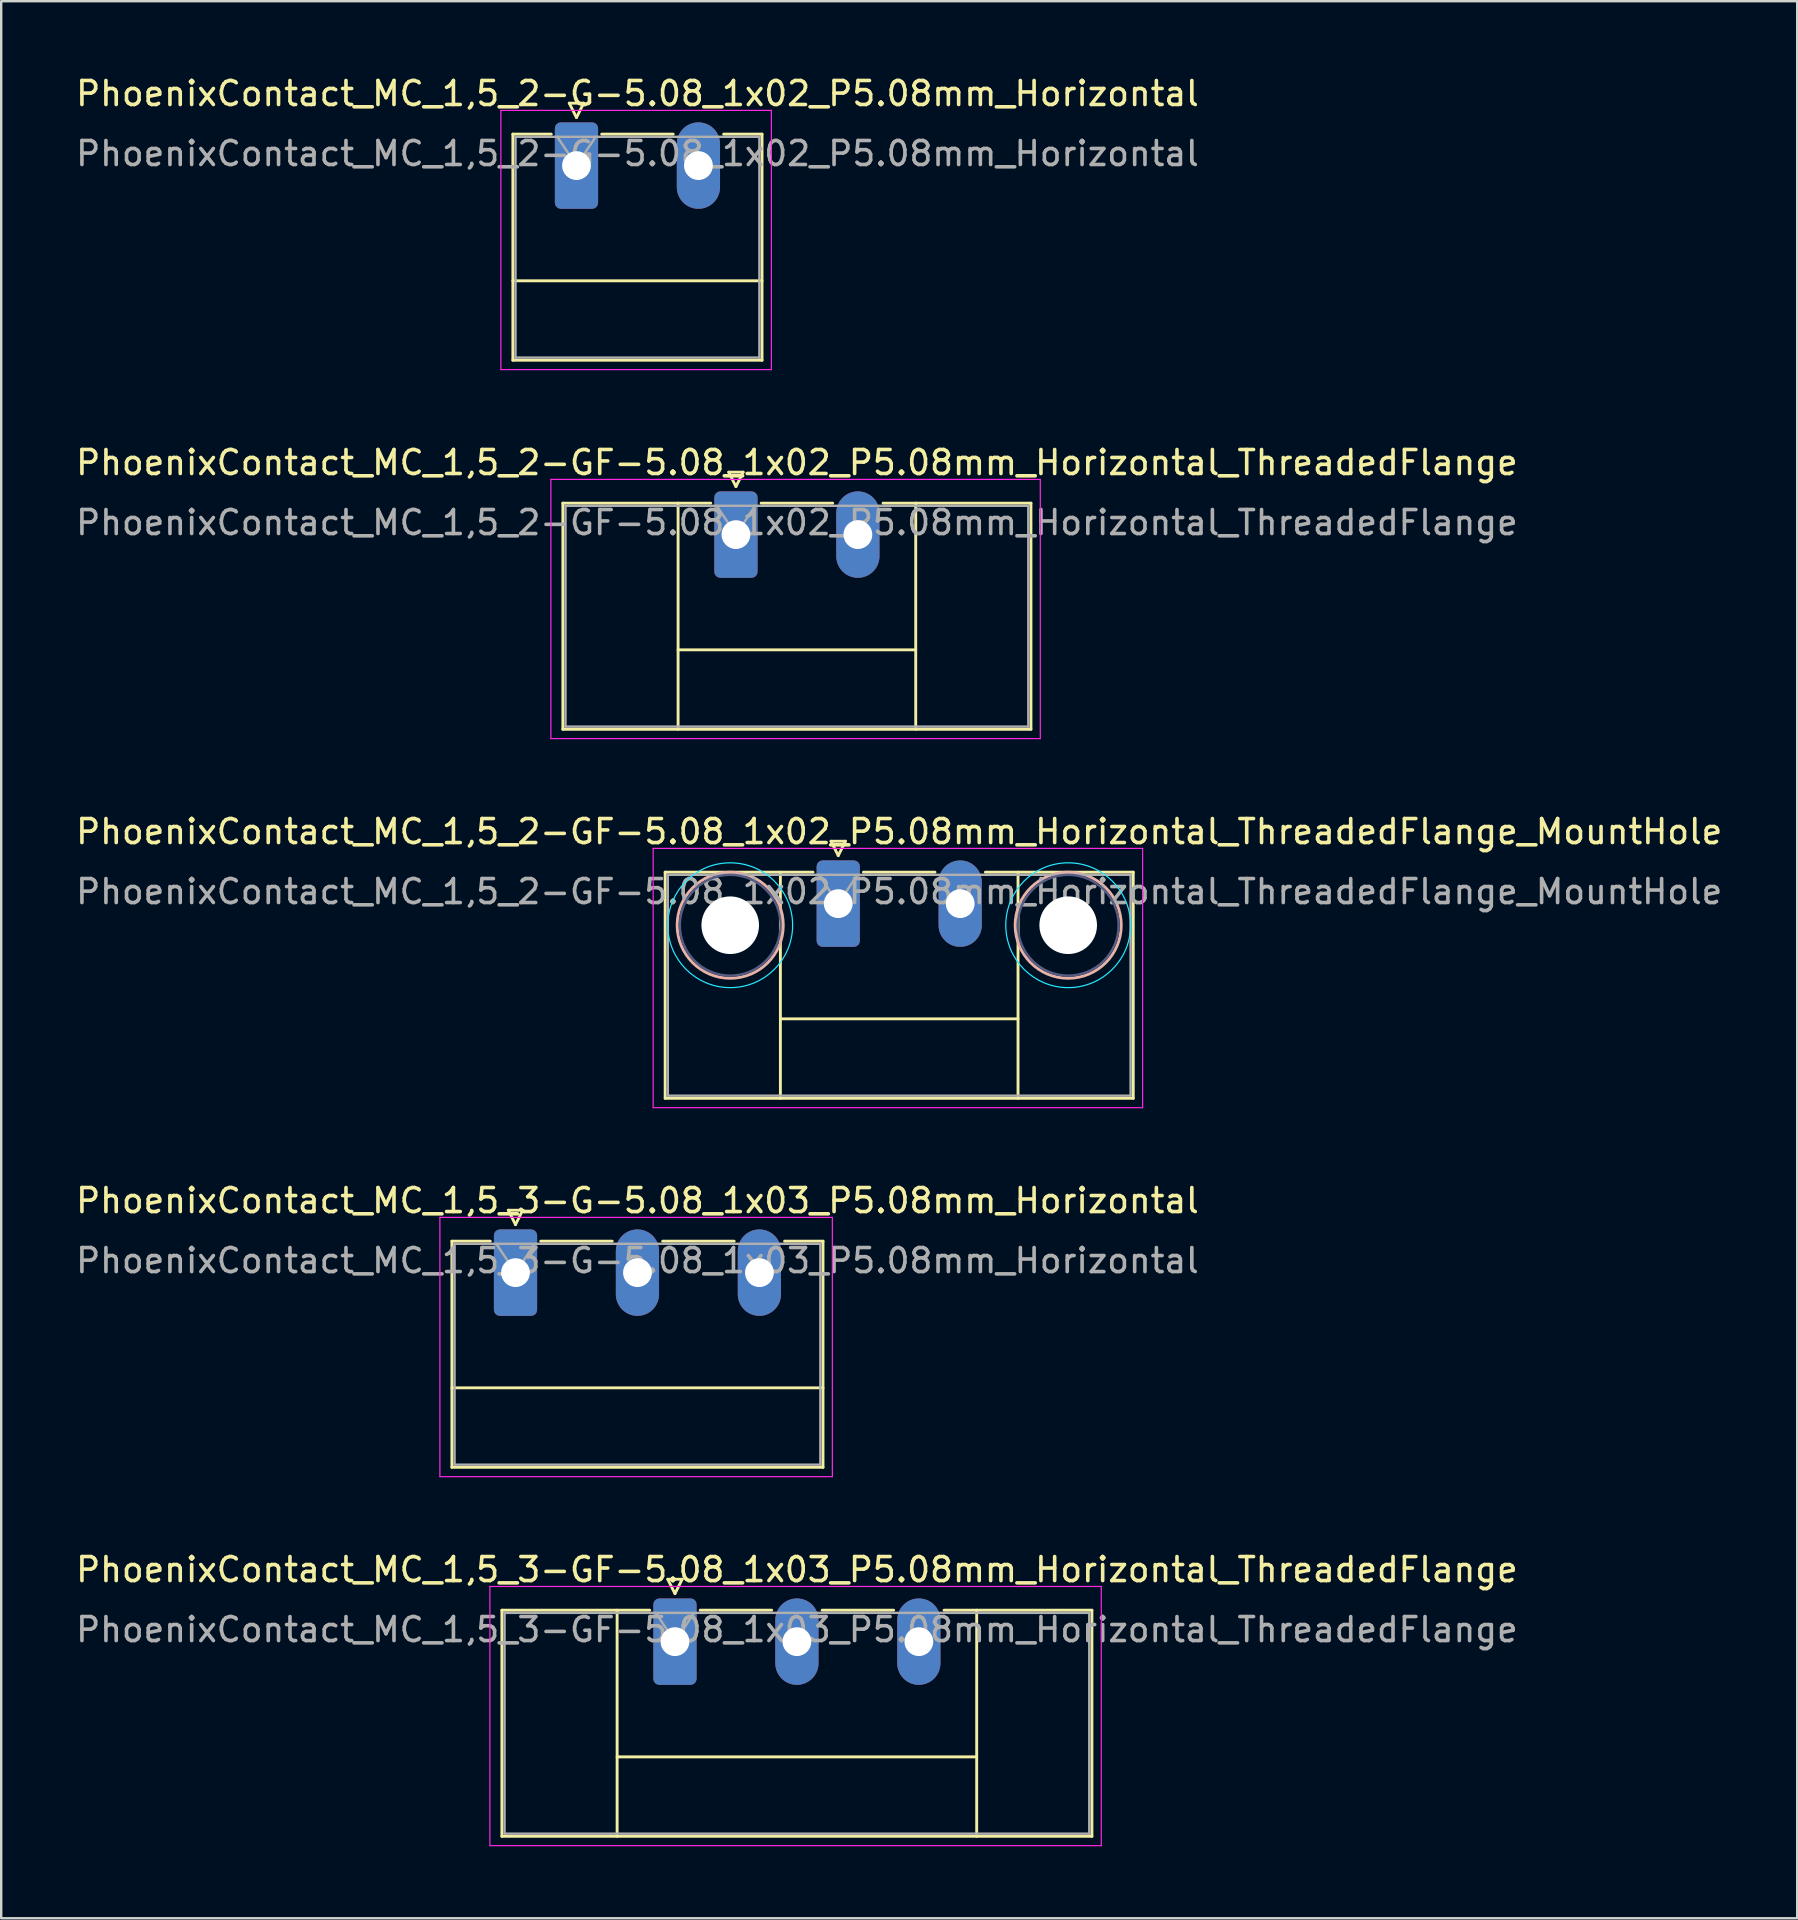
<source format=kicad_pcb>
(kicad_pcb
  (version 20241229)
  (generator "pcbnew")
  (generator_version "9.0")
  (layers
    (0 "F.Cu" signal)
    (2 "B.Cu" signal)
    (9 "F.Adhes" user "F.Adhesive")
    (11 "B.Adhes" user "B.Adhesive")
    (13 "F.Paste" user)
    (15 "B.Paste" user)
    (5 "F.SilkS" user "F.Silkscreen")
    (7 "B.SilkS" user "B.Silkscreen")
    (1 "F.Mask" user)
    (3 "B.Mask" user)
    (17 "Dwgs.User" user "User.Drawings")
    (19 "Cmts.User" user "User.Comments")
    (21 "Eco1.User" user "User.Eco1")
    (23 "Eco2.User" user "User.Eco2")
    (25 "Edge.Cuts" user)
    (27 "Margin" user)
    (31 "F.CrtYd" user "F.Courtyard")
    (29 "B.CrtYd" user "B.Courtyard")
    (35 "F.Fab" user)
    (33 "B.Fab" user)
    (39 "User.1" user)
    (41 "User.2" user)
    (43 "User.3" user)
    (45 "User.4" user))
  (footprint "PhoenixContact_MC_1,5_2-GF-5.08_1x02_P5.08mm_Horizontal_ThreadedFlange_MountHole"
    (layer "F.Cu")
    (at 31.871 34.595)
    (property "Reference" "PhoenixContact_MC_1,5_2-GF-5.08_1x02_P5.08mm_Horizontal_ThreadedFlange_MountHole" (at 2.54 -3 0) (layer "F.SilkS") (effects (font (size 1 1) (thickness 0.15))))
    (attr through_hole)
    (fp_line (start -7.21 -1.31) (end -7.21 8.11) (stroke (width 0.12) (type solid)) (layer "F.SilkS"))
    (fp_line (start -7.21 -1.31) (end -1.05 -1.31) (stroke (width 0.12) (type solid)) (layer "F.SilkS"))
    (fp_line (start -7.21 8.11) (end 12.29 8.11) (stroke (width 0.12) (type solid)) (layer "F.SilkS"))
    (fp_line (start -2.41 -1.31) (end -2.41 8.11) (stroke (width 0.12) (type solid)) (layer "F.SilkS"))
    (fp_line (start -2.41 4.8) (end 7.49 4.8) (stroke (width 0.12) (type solid)) (layer "F.SilkS"))
    (fp_line (start -0.3 -2.6) (end 0.3 -2.6) (stroke (width 0.12) (type solid)) (layer "F.SilkS"))
    (fp_line (start 0 -2) (end -0.3 -2.6) (stroke (width 0.12) (type solid)) (layer "F.SilkS"))
    (fp_line (start 0.3 -2.6) (end 0 -2) (stroke (width 0.12) (type solid)) (layer "F.SilkS"))
    (fp_line (start 1.05 -1.31) (end 4.03 -1.31) (stroke (width 0.12) (type solid)) (layer "F.SilkS"))
    (fp_line (start 7.49 -1.31) (end 7.49 8.11) (stroke (width 0.12) (type solid)) (layer "F.SilkS"))
    (fp_line (start 12.29 -1.31) (end 6.13 -1.31) (stroke (width 0.12) (type solid)) (layer "F.SilkS"))
    (fp_line (start 12.29 8.11) (end 12.29 -1.31) (stroke (width 0.12) (type solid)) (layer "F.SilkS"))
    (fp_circle (center -4.5 0.9) (end -2.29 0.9) (stroke (width 0.12) (type solid)) (fill no) (layer "B.SilkS"))
    (fp_circle (center 9.58 0.9) (end 11.79 0.9) (stroke (width 0.12) (type solid)) (fill no) (layer "B.SilkS"))
    (fp_circle (center -4.5 0.9) (end -1.9 0.9) (stroke (width 0.05) (type solid)) (fill no) (layer "B.CrtYd"))
    (fp_circle (center 9.58 0.9) (end 12.18 0.9) (stroke (width 0.05) (type solid)) (fill no) (layer "B.CrtYd"))
    (fp_line (start -7.71 -2.3) (end -7.71 8.5) (stroke (width 0.05) (type solid)) (layer "F.CrtYd"))
    (fp_line (start -7.71 8.5) (end 12.68 8.5) (stroke (width 0.05) (type solid)) (layer "F.CrtYd"))
    (fp_line (start 12.68 -2.3) (end -7.71 -2.3) (stroke (width 0.05) (type solid)) (layer "F.CrtYd"))
    (fp_line (start 12.68 8.5) (end 12.68 -2.3) (stroke (width 0.05) (type solid)) (layer "F.CrtYd"))
    (fp_circle (center -4.5 0.9) (end -2.4 0.9) (stroke (width 0.1) (type solid)) (fill no) (layer "B.Fab"))
    (fp_circle (center 9.58 0.9) (end 11.68 0.9) (stroke (width 0.1) (type solid)) (fill no) (layer "B.Fab"))
    (fp_line (start -7.1 -1.2) (end -7.1 8) (stroke (width 0.1) (type solid)) (layer "F.Fab"))
    (fp_line (start -7.1 8) (end 12.18 8) (stroke (width 0.1) (type solid)) (layer "F.Fab"))
    (fp_line (start 0 0) (end -0.8 -1.2) (stroke (width 0.1) (type solid)) (layer "F.Fab"))
    (fp_line (start 0.8 -1.2) (end 0 0) (stroke (width 0.1) (type solid)) (layer "F.Fab"))
    (fp_line (start 12.18 -1.2) (end -7.1 -1.2) (stroke (width 0.1) (type solid)) (layer "F.Fab"))
    (fp_line (start 12.18 8) (end 12.18 -1.2) (stroke (width 0.1) (type solid)) (layer "F.Fab"))
    (fp_text user "${REFERENCE}" (at 2.54 -0.5 0) (layer "F.Fab") (effects (font (size 1 1) (thickness 0.15))))
    (pad "" np_thru_hole circle (at -4.5 0.9) (size 2.4 2.4) (drill 2.4) (layers "*.Cu" "*.Mask"))
    (pad "" np_thru_hole circle (at 9.58 0.9) (size 2.4 2.4) (drill 2.4) (layers "*.Cu" "*.Mask"))
    (pad "1" thru_hole roundrect (at 0 0) (size 1.8 3.6) (drill 1.2) (layers "*.Cu" "*.Mask") (roundrect_rratio 0.139))
    (pad "2" thru_hole oval (at 5.08 0) (size 1.8 3.6) (drill 1.2) (layers "*.Cu" "*.Mask")))
  (footprint "PhoenixContact_MC_1,5_2-G-5.08_1x02_P5.08mm_Horizontal"
    (layer "F.Cu")
    (at 20.966 3.848)
    (property "Reference" "PhoenixContact_MC_1,5_2-G-5.08_1x02_P5.08mm_Horizontal" (at 2.54 -3 0) (layer "F.SilkS") (effects (font (size 1 1) (thickness 0.15))))
    (attr through_hole)
    (fp_line (start -2.65 -1.31) (end -2.65 8.11) (stroke (width 0.12) (type solid)) (layer "F.SilkS"))
    (fp_line (start -2.65 -1.31) (end -1.05 -1.31) (stroke (width 0.12) (type solid)) (layer "F.SilkS"))
    (fp_line (start -2.65 4.8) (end 7.73 4.8) (stroke (width 0.12) (type solid)) (layer "F.SilkS"))
    (fp_line (start -2.65 8.11) (end 7.73 8.11) (stroke (width 0.12) (type solid)) (layer "F.SilkS"))
    (fp_line (start -0.3 -2.6) (end 0.3 -2.6) (stroke (width 0.12) (type solid)) (layer "F.SilkS"))
    (fp_line (start 0 -2) (end -0.3 -2.6) (stroke (width 0.12) (type solid)) (layer "F.SilkS"))
    (fp_line (start 0.3 -2.6) (end 0 -2) (stroke (width 0.12) (type solid)) (layer "F.SilkS"))
    (fp_line (start 1.05 -1.31) (end 4.03 -1.31) (stroke (width 0.12) (type solid)) (layer "F.SilkS"))
    (fp_line (start 7.73 -1.31) (end 6.13 -1.31) (stroke (width 0.12) (type solid)) (layer "F.SilkS"))
    (fp_line (start 7.73 8.11) (end 7.73 -1.31) (stroke (width 0.12) (type solid)) (layer "F.SilkS"))
    (fp_line (start -3.15 -2.3) (end -3.15 8.5) (stroke (width 0.05) (type solid)) (layer "F.CrtYd"))
    (fp_line (start -3.15 8.5) (end 8.12 8.5) (stroke (width 0.05) (type solid)) (layer "F.CrtYd"))
    (fp_line (start 8.12 -2.3) (end -3.15 -2.3) (stroke (width 0.05) (type solid)) (layer "F.CrtYd"))
    (fp_line (start 8.12 8.5) (end 8.12 -2.3) (stroke (width 0.05) (type solid)) (layer "F.CrtYd"))
    (fp_line (start -2.54 -1.2) (end -2.54 8) (stroke (width 0.1) (type solid)) (layer "F.Fab"))
    (fp_line (start -2.54 8) (end 7.62 8) (stroke (width 0.1) (type solid)) (layer "F.Fab"))
    (fp_line (start 0 0) (end -0.8 -1.2) (stroke (width 0.1) (type solid)) (layer "F.Fab"))
    (fp_line (start 0.8 -1.2) (end 0 0) (stroke (width 0.1) (type solid)) (layer "F.Fab"))
    (fp_line (start 7.62 -1.2) (end -2.54 -1.2) (stroke (width 0.1) (type solid)) (layer "F.Fab"))
    (fp_line (start 7.62 8) (end 7.62 -1.2) (stroke (width 0.1) (type solid)) (layer "F.Fab"))
    (fp_text user "${REFERENCE}" (at 2.54 -0.5 0) (layer "F.Fab") (effects (font (size 1 1) (thickness 0.15))))
    (pad "1" thru_hole roundrect (at 0 0) (size 1.8 3.6) (drill 1.2) (layers "*.Cu" "*.Mask") (roundrect_rratio 0.139))
    (pad "2" thru_hole oval (at 5.08 0) (size 1.8 3.6) (drill 1.2) (layers "*.Cu" "*.Mask")))
  (footprint "PhoenixContact_MC_1,5_2-GF-5.08_1x02_P5.08mm_Horizontal_ThreadedFlange"
    (layer "F.Cu")
    (at 27.609 19.221)
    (property "Reference" "PhoenixContact_MC_1,5_2-GF-5.08_1x02_P5.08mm_Horizontal_ThreadedFlange" (at 2.54 -3 0) (layer "F.SilkS") (effects (font (size 1 1) (thickness 0.15))))
    (attr through_hole)
    (fp_line (start -7.21 -1.31) (end -7.21 8.11) (stroke (width 0.12) (type solid)) (layer "F.SilkS"))
    (fp_line (start -7.21 -1.31) (end -1.05 -1.31) (stroke (width 0.12) (type solid)) (layer "F.SilkS"))
    (fp_line (start -7.21 8.11) (end 12.29 8.11) (stroke (width 0.12) (type solid)) (layer "F.SilkS"))
    (fp_line (start -2.41 -1.31) (end -2.41 8.11) (stroke (width 0.12) (type solid)) (layer "F.SilkS"))
    (fp_line (start -2.41 4.8) (end 7.49 4.8) (stroke (width 0.12) (type solid)) (layer "F.SilkS"))
    (fp_line (start -0.3 -2.6) (end 0.3 -2.6) (stroke (width 0.12) (type solid)) (layer "F.SilkS"))
    (fp_line (start 0 -2) (end -0.3 -2.6) (stroke (width 0.12) (type solid)) (layer "F.SilkS"))
    (fp_line (start 0.3 -2.6) (end 0 -2) (stroke (width 0.12) (type solid)) (layer "F.SilkS"))
    (fp_line (start 1.05 -1.31) (end 4.03 -1.31) (stroke (width 0.12) (type solid)) (layer "F.SilkS"))
    (fp_line (start 7.49 -1.31) (end 7.49 8.11) (stroke (width 0.12) (type solid)) (layer "F.SilkS"))
    (fp_line (start 12.29 -1.31) (end 6.13 -1.31) (stroke (width 0.12) (type solid)) (layer "F.SilkS"))
    (fp_line (start 12.29 8.11) (end 12.29 -1.31) (stroke (width 0.12) (type solid)) (layer "F.SilkS"))
    (fp_line (start -7.71 -2.3) (end -7.71 8.5) (stroke (width 0.05) (type solid)) (layer "F.CrtYd"))
    (fp_line (start -7.71 8.5) (end 12.68 8.5) (stroke (width 0.05) (type solid)) (layer "F.CrtYd"))
    (fp_line (start 12.68 -2.3) (end -7.71 -2.3) (stroke (width 0.05) (type solid)) (layer "F.CrtYd"))
    (fp_line (start 12.68 8.5) (end 12.68 -2.3) (stroke (width 0.05) (type solid)) (layer "F.CrtYd"))
    (fp_line (start -7.1 -1.2) (end -7.1 8) (stroke (width 0.1) (type solid)) (layer "F.Fab"))
    (fp_line (start -7.1 8) (end 12.18 8) (stroke (width 0.1) (type solid)) (layer "F.Fab"))
    (fp_line (start 0 0) (end -0.8 -1.2) (stroke (width 0.1) (type solid)) (layer "F.Fab"))
    (fp_line (start 0.8 -1.2) (end 0 0) (stroke (width 0.1) (type solid)) (layer "F.Fab"))
    (fp_line (start 12.18 -1.2) (end -7.1 -1.2) (stroke (width 0.1) (type solid)) (layer "F.Fab"))
    (fp_line (start 12.18 8) (end 12.18 -1.2) (stroke (width 0.1) (type solid)) (layer "F.Fab"))
    (fp_text user "${REFERENCE}" (at 2.54 -0.5 0) (layer "F.Fab") (effects (font (size 1 1) (thickness 0.15))))
    (pad "1" thru_hole roundrect (at 0 0) (size 1.8 3.6) (drill 1.2) (layers "*.Cu" "*.Mask") (roundrect_rratio 0.139))
    (pad "2" thru_hole oval (at 5.08 0) (size 1.8 3.6) (drill 1.2) (layers "*.Cu" "*.Mask")))
  (footprint "PhoenixContact_MC_1,5_3-GF-5.08_1x03_P5.08mm_Horizontal_ThreadedFlange"
    (layer "F.Cu")
    (at 25.069 65.341)
    (property "Reference" "PhoenixContact_MC_1,5_3-GF-5.08_1x03_P5.08mm_Horizontal_ThreadedFlange" (at 5.08 -3 0) (layer "F.SilkS") (effects (font (size 1 1) (thickness 0.15))))
    (attr through_hole)
    (fp_line (start -7.21 -1.31) (end -7.21 8.11) (stroke (width 0.12) (type solid)) (layer "F.SilkS"))
    (fp_line (start -7.21 -1.31) (end -1.05 -1.31) (stroke (width 0.12) (type solid)) (layer "F.SilkS"))
    (fp_line (start -7.21 8.11) (end 17.37 8.11) (stroke (width 0.12) (type solid)) (layer "F.SilkS"))
    (fp_line (start -2.41 -1.31) (end -2.41 8.11) (stroke (width 0.12) (type solid)) (layer "F.SilkS"))
    (fp_line (start -2.41 4.8) (end 12.57 4.8) (stroke (width 0.12) (type solid)) (layer "F.SilkS"))
    (fp_line (start -0.3 -2.6) (end 0.3 -2.6) (stroke (width 0.12) (type solid)) (layer "F.SilkS"))
    (fp_line (start 0 -2) (end -0.3 -2.6) (stroke (width 0.12) (type solid)) (layer "F.SilkS"))
    (fp_line (start 0.3 -2.6) (end 0 -2) (stroke (width 0.12) (type solid)) (layer "F.SilkS"))
    (fp_line (start 1.05 -1.31) (end 4.03 -1.31) (stroke (width 0.12) (type solid)) (layer "F.SilkS"))
    (fp_line (start 6.13 -1.31) (end 9.11 -1.31) (stroke (width 0.12) (type solid)) (layer "F.SilkS"))
    (fp_line (start 12.57 -1.31) (end 12.57 8.11) (stroke (width 0.12) (type solid)) (layer "F.SilkS"))
    (fp_line (start 17.37 -1.31) (end 11.21 -1.31) (stroke (width 0.12) (type solid)) (layer "F.SilkS"))
    (fp_line (start 17.37 8.11) (end 17.37 -1.31) (stroke (width 0.12) (type solid)) (layer "F.SilkS"))
    (fp_line (start -7.71 -2.3) (end -7.71 8.5) (stroke (width 0.05) (type solid)) (layer "F.CrtYd"))
    (fp_line (start -7.71 8.5) (end 17.76 8.5) (stroke (width 0.05) (type solid)) (layer "F.CrtYd"))
    (fp_line (start 17.76 -2.3) (end -7.71 -2.3) (stroke (width 0.05) (type solid)) (layer "F.CrtYd"))
    (fp_line (start 17.76 8.5) (end 17.76 -2.3) (stroke (width 0.05) (type solid)) (layer "F.CrtYd"))
    (fp_line (start -7.1 -1.2) (end -7.1 8) (stroke (width 0.1) (type solid)) (layer "F.Fab"))
    (fp_line (start -7.1 8) (end 17.26 8) (stroke (width 0.1) (type solid)) (layer "F.Fab"))
    (fp_line (start 0 0) (end -0.8 -1.2) (stroke (width 0.1) (type solid)) (layer "F.Fab"))
    (fp_line (start 0.8 -1.2) (end 0 0) (stroke (width 0.1) (type solid)) (layer "F.Fab"))
    (fp_line (start 17.26 -1.2) (end -7.1 -1.2) (stroke (width 0.1) (type solid)) (layer "F.Fab"))
    (fp_line (start 17.26 8) (end 17.26 -1.2) (stroke (width 0.1) (type solid)) (layer "F.Fab"))
    (fp_text user "${REFERENCE}" (at 5.08 -0.5 0) (layer "F.Fab") (effects (font (size 1 1) (thickness 0.15))))
    (pad "1" thru_hole roundrect (at 0 0) (size 1.8 3.6) (drill 1.2) (layers "*.Cu" "*.Mask") (roundrect_rratio 0.139))
    (pad "2" thru_hole oval (at 5.08 0) (size 1.8 3.6) (drill 1.2) (layers "*.Cu" "*.Mask"))
    (pad "3" thru_hole oval (at 10.16 0) (size 1.8 3.6) (drill 1.2) (layers "*.Cu" "*.Mask")))
  (footprint "PhoenixContact_MC_1,5_3-G-5.08_1x03_P5.08mm_Horizontal"
    (layer "F.Cu")
    (at 18.426 49.968)
    (property "Reference" "PhoenixContact_MC_1,5_3-G-5.08_1x03_P5.08mm_Horizontal" (at 5.08 -3 0) (layer "F.SilkS") (effects (font (size 1 1) (thickness 0.15))))
    (attr through_hole)
    (fp_line (start -2.65 -1.31) (end -2.65 8.11) (stroke (width 0.12) (type solid)) (layer "F.SilkS"))
    (fp_line (start -2.65 -1.31) (end -1.05 -1.31) (stroke (width 0.12) (type solid)) (layer "F.SilkS"))
    (fp_line (start -2.65 4.8) (end 12.81 4.8) (stroke (width 0.12) (type solid)) (layer "F.SilkS"))
    (fp_line (start -2.65 8.11) (end 12.81 8.11) (stroke (width 0.12) (type solid)) (layer "F.SilkS"))
    (fp_line (start -0.3 -2.6) (end 0.3 -2.6) (stroke (width 0.12) (type solid)) (layer "F.SilkS"))
    (fp_line (start 0 -2) (end -0.3 -2.6) (stroke (width 0.12) (type solid)) (layer "F.SilkS"))
    (fp_line (start 0.3 -2.6) (end 0 -2) (stroke (width 0.12) (type solid)) (layer "F.SilkS"))
    (fp_line (start 1.05 -1.31) (end 4.03 -1.31) (stroke (width 0.12) (type solid)) (layer "F.SilkS"))
    (fp_line (start 6.13 -1.31) (end 9.11 -1.31) (stroke (width 0.12) (type solid)) (layer "F.SilkS"))
    (fp_line (start 12.81 -1.31) (end 11.21 -1.31) (stroke (width 0.12) (type solid)) (layer "F.SilkS"))
    (fp_line (start 12.81 8.11) (end 12.81 -1.31) (stroke (width 0.12) (type solid)) (layer "F.SilkS"))
    (fp_line (start -3.15 -2.3) (end -3.15 8.5) (stroke (width 0.05) (type solid)) (layer "F.CrtYd"))
    (fp_line (start -3.15 8.5) (end 13.2 8.5) (stroke (width 0.05) (type solid)) (layer "F.CrtYd"))
    (fp_line (start 13.2 -2.3) (end -3.15 -2.3) (stroke (width 0.05) (type solid)) (layer "F.CrtYd"))
    (fp_line (start 13.2 8.5) (end 13.2 -2.3) (stroke (width 0.05) (type solid)) (layer "F.CrtYd"))
    (fp_line (start -2.54 -1.2) (end -2.54 8) (stroke (width 0.1) (type solid)) (layer "F.Fab"))
    (fp_line (start -2.54 8) (end 12.7 8) (stroke (width 0.1) (type solid)) (layer "F.Fab"))
    (fp_line (start 0 0) (end -0.8 -1.2) (stroke (width 0.1) (type solid)) (layer "F.Fab"))
    (fp_line (start 0.8 -1.2) (end 0 0) (stroke (width 0.1) (type solid)) (layer "F.Fab"))
    (fp_line (start 12.7 -1.2) (end -2.54 -1.2) (stroke (width 0.1) (type solid)) (layer "F.Fab"))
    (fp_line (start 12.7 8) (end 12.7 -1.2) (stroke (width 0.1) (type solid)) (layer "F.Fab"))
    (fp_text user "${REFERENCE}" (at 5.08 -0.5 0) (layer "F.Fab") (effects (font (size 1 1) (thickness 0.15))))
    (pad "1" thru_hole roundrect (at 0 0) (size 1.8 3.6) (drill 1.2) (layers "*.Cu" "*.Mask") (roundrect_rratio 0.139))
    (pad "2" thru_hole oval (at 5.08 0) (size 1.8 3.6) (drill 1.2) (layers "*.Cu" "*.Mask"))
    (pad "3" thru_hole oval (at 10.16 0) (size 1.8 3.6) (drill 1.2) (layers "*.Cu" "*.Mask")))
  (gr_rect
    (start -3 -3)
    (end 71.821 76.866)
    (stroke (width 0.1) (type default))
    (fill no)
    (layer "Edge.Cuts")))
</source>
